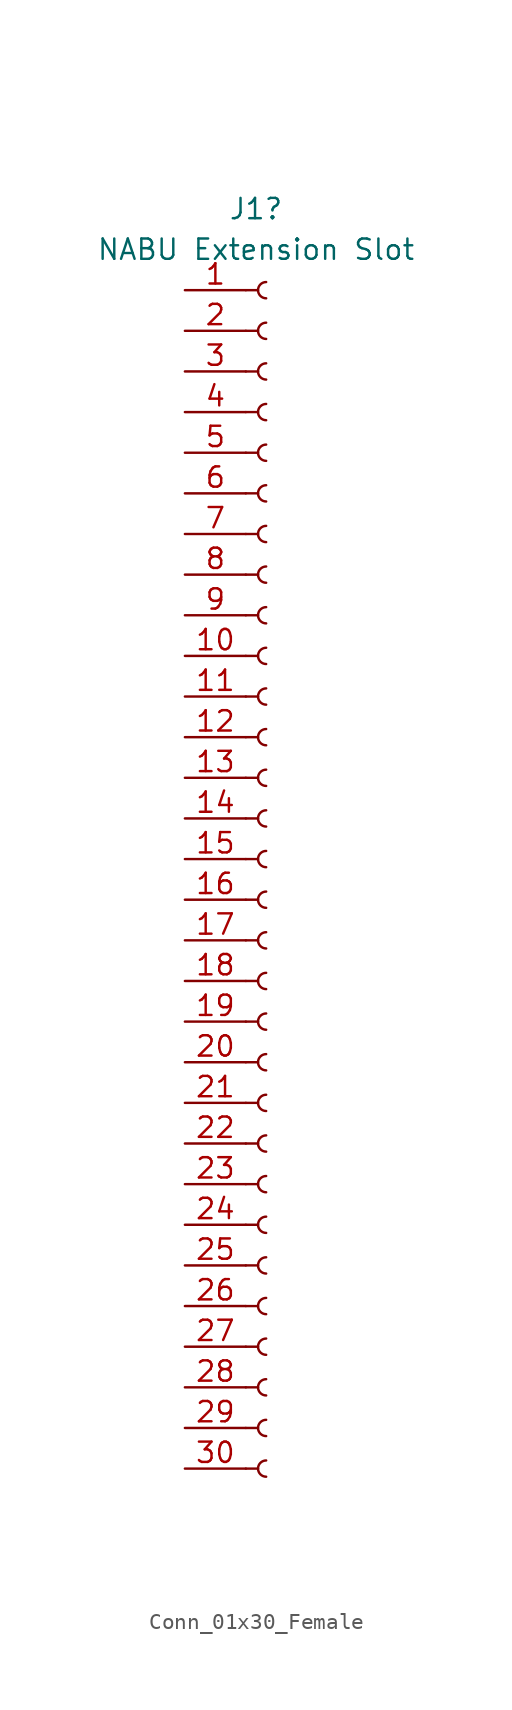
<source format=kicad_sym>
(kicad_symbol_lib
  (version 20211014)
  (generator kicad_symbol_editor)
  (symbol "Conn_01x30_Female"
    (pin_names
      (offset 1.016) hide)
    (property "Reference" "J1"
      (at -0.635 40.64 0)
      (effects (font (size 1.27 1.27))))
    (property "Value" "NABU Extension Slot"
      (at -0.635 38.1 0)
      (effects (font (size 1.27 1.27))))
    (symbol "Conn_01x30_Female_1_1"
      (arc (start 0 -37.592) (mid -0.508 -38.1) (end 0 -38.608) (stroke (width 0.1524) (type default) (color 0 0 0 0)) (fill (type none)))
      (arc (start 0 -35.052) (mid -0.508 -35.56) (end 0 -36.068) (stroke (width 0.1524) (type default) (color 0 0 0 0)) (fill (type none)))
      (arc (start 0 -32.512) (mid -0.508 -33.02) (end 0 -33.528) (stroke (width 0.1524) (type default) (color 0 0 0 0)) (fill (type none)))
      (arc (start 0 -29.972) (mid -0.508 -30.48) (end 0 -30.988) (stroke (width 0.1524) (type default) (color 0 0 0 0)) (fill (type none)))
      (arc (start 0 -27.432) (mid -0.508 -27.94) (end 0 -28.448) (stroke (width 0.1524) (type default) (color 0 0 0 0)) (fill (type none)))
      (arc (start 0 -24.892) (mid -0.508 -25.4) (end 0 -25.908) (stroke (width 0.1524) (type default) (color 0 0 0 0)) (fill (type none)))
      (arc (start 0 -22.352) (mid -0.508 -22.86) (end 0 -23.368) (stroke (width 0.1524) (type default) (color 0 0 0 0)) (fill (type none)))
      (arc (start 0 -19.812) (mid -0.508 -20.32) (end 0 -20.828) (stroke (width 0.1524) (type default) (color 0 0 0 0)) (fill (type none)))
      (arc (start 0 -17.272) (mid -0.508 -17.78) (end 0 -18.288) (stroke (width 0.1524) (type default) (color 0 0 0 0)) (fill (type none)))
      (arc (start 0 -14.732) (mid -0.508 -15.24) (end 0 -15.748) (stroke (width 0.1524) (type default) (color 0 0 0 0)) (fill (type none)))
      (arc (start 0 -12.192) (mid -0.508 -12.7) (end 0 -13.208) (stroke (width 0.1524) (type default) (color 0 0 0 0)) (fill (type none)))
      (arc (start 0 -9.652) (mid -0.508 -10.16) (end 0 -10.668) (stroke (width 0.1524) (type default) (color 0 0 0 0)) (fill (type none)))
      (arc (start 0 -7.112) (mid -0.508 -7.62) (end 0 -8.128) (stroke (width 0.1524) (type default) (color 0 0 0 0)) (fill (type none)))
      (arc (start 0 -4.572) (mid -0.508 -5.08) (end 0 -5.588) (stroke (width 0.1524) (type default) (color 0 0 0 0)) (fill (type none)))
      (arc (start 0 -2.032) (mid -0.508 -2.54) (end 0 -3.048) (stroke (width 0.1524) (type default) (color 0 0 0 0)) (fill (type none)))
      (polyline (pts (xy -1.27 -38.1) (xy -0.508 -38.1)) (stroke (width 0.152) (type default) (color 0 0 0 0)) (fill (type none)))
      (polyline (pts (xy -1.27 -35.56) (xy -0.508 -35.56)) (stroke (width 0.152) (type default) (color 0 0 0 0)) (fill (type none)))
      (polyline (pts (xy -1.27 -33.02) (xy -0.508 -33.02)) (stroke (width 0.152) (type default) (color 0 0 0 0)) (fill (type none)))
      (polyline (pts (xy -1.27 -30.48) (xy -0.508 -30.48)) (stroke (width 0.152) (type default) (color 0 0 0 0)) (fill (type none)))
      (polyline (pts (xy -1.27 -27.94) (xy -0.508 -27.94)) (stroke (width 0.152) (type default) (color 0 0 0 0)) (fill (type none)))
      (polyline (pts (xy -1.27 -25.4) (xy -0.508 -25.4)) (stroke (width 0.152) (type default) (color 0 0 0 0)) (fill (type none)))
      (polyline (pts (xy -1.27 -22.86) (xy -0.508 -22.86)) (stroke (width 0.152) (type default) (color 0 0 0 0)) (fill (type none)))
      (polyline (pts (xy -1.27 -20.32) (xy -0.508 -20.32)) (stroke (width 0.152) (type default) (color 0 0 0 0)) (fill (type none)))
      (polyline (pts (xy -1.27 -17.78) (xy -0.508 -17.78)) (stroke (width 0.152) (type default) (color 0 0 0 0)) (fill (type none)))
      (polyline (pts (xy -1.27 -15.24) (xy -0.508 -15.24)) (stroke (width 0.152) (type default) (color 0 0 0 0)) (fill (type none)))
      (polyline (pts (xy -1.27 -12.7) (xy -0.508 -12.7)) (stroke (width 0.152) (type default) (color 0 0 0 0)) (fill (type none)))
      (polyline (pts (xy -1.27 -10.16) (xy -0.508 -10.16)) (stroke (width 0.152) (type default) (color 0 0 0 0)) (fill (type none)))
      (polyline (pts (xy -1.27 -7.62) (xy -0.508 -7.62)) (stroke (width 0.152) (type default) (color 0 0 0 0)) (fill (type none)))
      (polyline (pts (xy -1.27 -5.08) (xy -0.508 -5.08)) (stroke (width 0.152) (type default) (color 0 0 0 0)) (fill (type none)))
      (polyline (pts (xy -1.27 -2.54) (xy -0.508 -2.54)) (stroke (width 0.152) (type default) (color 0 0 0 0)) (fill (type none)))
      (polyline (pts (xy -1.27 0) (xy -0.508 0)) (stroke (width 0.152) (type default) (color 0 0 0 0)) (fill (type none)))
      (polyline (pts (xy -1.27 2.54) (xy -0.508 2.54)) (stroke (width 0.152) (type default) (color 0 0 0 0)) (fill (type none)))
      (polyline (pts (xy -1.27 5.08) (xy -0.508 5.08)) (stroke (width 0.152) (type default) (color 0 0 0 0)) (fill (type none)))
      (polyline (pts (xy -1.27 7.62) (xy -0.508 7.62)) (stroke (width 0.152) (type default) (color 0 0 0 0)) (fill (type none)))
      (polyline (pts (xy -1.27 10.16) (xy -0.508 10.16)) (stroke (width 0.152) (type default) (color 0 0 0 0)) (fill (type none)))
      (polyline (pts (xy -1.27 12.7) (xy -0.508 12.7)) (stroke (width 0.152) (type default) (color 0 0 0 0)) (fill (type none)))
      (polyline (pts (xy -1.27 15.24) (xy -0.508 15.24)) (stroke (width 0.152) (type default) (color 0 0 0 0)) (fill (type none)))
      (polyline (pts (xy -1.27 17.78) (xy -0.508 17.78)) (stroke (width 0.152) (type default) (color 0 0 0 0)) (fill (type none)))
      (polyline (pts (xy -1.27 20.32) (xy -0.508 20.32)) (stroke (width 0.152) (type default) (color 0 0 0 0)) (fill (type none)))
      (polyline (pts (xy -1.27 22.86) (xy -0.508 22.86)) (stroke (width 0.152) (type default) (color 0 0 0 0)) (fill (type none)))
      (polyline (pts (xy -1.27 25.4) (xy -0.508 25.4)) (stroke (width 0.152) (type default) (color 0 0 0 0)) (fill (type none)))
      (polyline (pts (xy -1.27 27.94) (xy -0.508 27.94)) (stroke (width 0.152) (type default) (color 0 0 0 0)) (fill (type none)))
      (polyline (pts (xy -1.27 30.48) (xy -0.508 30.48)) (stroke (width 0.152) (type default) (color 0 0 0 0)) (fill (type none)))
      (polyline (pts (xy -1.27 33.02) (xy -0.508 33.02)) (stroke (width 0.152) (type default) (color 0 0 0 0)) (fill (type none)))
      (polyline (pts (xy -1.27 35.56) (xy -0.508 35.56)) (stroke (width 0.152) (type default) (color 0 0 0 0)) (fill (type none)))
      (arc (start 0 0.508) (mid -0.508 0) (end 0 -0.508) (stroke (width 0.1524) (type default) (color 0 0 0 0)) (fill (type none)))
      (arc (start 0 3.048) (mid -0.508 2.54) (end 0 2.032) (stroke (width 0.1524) (type default) (color 0 0 0 0)) (fill (type none)))
      (arc (start 0 5.588) (mid -0.508 5.08) (end 0 4.572) (stroke (width 0.1524) (type default) (color 0 0 0 0)) (fill (type none)))
      (arc (start 0 8.128) (mid -0.508 7.62) (end 0 7.112) (stroke (width 0.1524) (type default) (color 0 0 0 0)) (fill (type none)))
      (arc (start 0 10.668) (mid -0.508 10.16) (end 0 9.652) (stroke (width 0.1524) (type default) (color 0 0 0 0)) (fill (type none)))
      (arc (start 0 13.208) (mid -0.508 12.7) (end 0 12.192) (stroke (width 0.1524) (type default) (color 0 0 0 0)) (fill (type none)))
      (arc (start 0 15.748) (mid -0.508 15.24) (end 0 14.732) (stroke (width 0.1524) (type default) (color 0 0 0 0)) (fill (type none)))
      (arc (start 0 18.288) (mid -0.508 17.78) (end 0 17.272) (stroke (width 0.1524) (type default) (color 0 0 0 0)) (fill (type none)))
      (arc (start 0 20.828) (mid -0.508 20.32) (end 0 19.812) (stroke (width 0.1524) (type default) (color 0 0 0 0)) (fill (type none)))
      (arc (start 0 23.368) (mid -0.508 22.86) (end 0 22.352) (stroke (width 0.1524) (type default) (color 0 0 0 0)) (fill (type none)))
      (arc (start 0 25.908) (mid -0.508 25.4) (end 0 24.892) (stroke (width 0.1524) (type default) (color 0 0 0 0)) (fill (type none)))
      (arc (start 0 28.448) (mid -0.508 27.94) (end 0 27.432) (stroke (width 0.1524) (type default) (color 0 0 0 0)) (fill (type none)))
      (arc (start 0 30.988) (mid -0.508 30.48) (end 0 29.972) (stroke (width 0.1524) (type default) (color 0 0 0 0)) (fill (type none)))
      (arc (start 0 33.528) (mid -0.508 33.02) (end 0 32.512) (stroke (width 0.1524) (type default) (color 0 0 0 0)) (fill (type none)))
      (arc (start 0 36.068) (mid -0.508 35.56) (end 0 35.052) (stroke (width 0.1524) (type default) (color 0 0 0 0)) (fill (type none)))
      (pin input line (at -5.08 35.56 0) (length 3.81) (name "~{INT}" (effects (font (size 1.27 1.27)))) (number "1" (effects (font (size 1.27 1.27)))))
      (pin output line (at -5.08 12.7 0) (length 3.81) (name "1.79" (effects (font (size 1.27 1.27)))) (number "10" (effects (font (size 1.27 1.27)))))
      (pin output line (at -5.08 10.16 0) (length 3.81) (name "~{WR}" (effects (font (size 1.27 1.27)))) (number "11" (effects (font (size 1.27 1.27)))))
      (pin output line (at -5.08 7.62 0) (length 3.81) (name "~{RD}" (effects (font (size 1.27 1.27)))) (number "12" (effects (font (size 1.27 1.27)))))
      (pin output line (at -5.08 5.08 0) (length 3.81) (name "~{IORQ}" (effects (font (size 1.27 1.27)))) (number "13" (effects (font (size 1.27 1.27)))))
      (pin input line (at -5.08 2.54 0) (length 3.81) (name "~{WAIT}" (effects (font (size 1.27 1.27)))) (number "14" (effects (font (size 1.27 1.27)))))
      (pin output line (at -5.08 0 0) (length 3.81) (name "~{RESET}" (effects (font (size 1.27 1.27)))) (number "15" (effects (font (size 1.27 1.27)))))
      (pin bidirectional line (at -5.08 -2.54 0) (length 3.81) (name "D0" (effects (font (size 1.27 1.27)))) (number "16" (effects (font (size 1.27 1.27)))))
      (pin bidirectional line (at -5.08 -5.08 0) (length 3.81) (name "D1" (effects (font (size 1.27 1.27)))) (number "17" (effects (font (size 1.27 1.27)))))
      (pin bidirectional line (at -5.08 -7.62 0) (length 3.81) (name "D2" (effects (font (size 1.27 1.27)))) (number "18" (effects (font (size 1.27 1.27)))))
      (pin bidirectional line (at -5.08 -10.16 0) (length 3.81) (name "D3" (effects (font (size 1.27 1.27)))) (number "19" (effects (font (size 1.27 1.27)))))
      (pin output line (at -5.08 33.02 0) (length 3.81) (name "~{M1}" (effects (font (size 1.27 1.27)))) (number "2" (effects (font (size 1.27 1.27)))))
      (pin bidirectional line (at -5.08 -12.7 0) (length 3.81) (name "D4" (effects (font (size 1.27 1.27)))) (number "20" (effects (font (size 1.27 1.27)))))
      (pin bidirectional line (at -5.08 -15.24 0) (length 3.81) (name "D5" (effects (font (size 1.27 1.27)))) (number "21" (effects (font (size 1.27 1.27)))))
      (pin bidirectional line (at -5.08 -17.78 0) (length 3.81) (name "D6" (effects (font (size 1.27 1.27)))) (number "22" (effects (font (size 1.27 1.27)))))
      (pin bidirectional line (at -5.08 -20.32 0) (length 3.81) (name "D7" (effects (font (size 1.27 1.27)))) (number "23" (effects (font (size 1.27 1.27)))))
      (pin power_out line (at -5.08 -22.86 0) (length 3.81) (name "+5V" (effects (font (size 1.27 1.27)))) (number "24" (effects (font (size 1.27 1.27)))))
      (pin power_out line (at -5.08 -25.4 0) (length 3.81) (name "+5V" (effects (font (size 1.27 1.27)))) (number "25" (effects (font (size 1.27 1.27)))))
      (pin power_out line (at -5.08 -27.94 0) (length 3.81) (name "GND" (effects (font (size 1.27 1.27)))) (number "26" (effects (font (size 1.27 1.27)))))
      (pin power_out line (at -5.08 -30.48 0) (length 3.81) (name "GND" (effects (font (size 1.27 1.27)))) (number "27" (effects (font (size 1.27 1.27)))))
      (pin power_out line (at -5.08 -33.02 0) (length 3.81) (name "GND" (effects (font (size 1.27 1.27)))) (number "28" (effects (font (size 1.27 1.27)))))
      (pin power_out line (at -5.08 -35.56 0) (length 3.81) (name "+12V" (effects (font (size 1.27 1.27)))) (number "29" (effects (font (size 1.27 1.27)))))
      (pin output line (at -5.08 30.48 0) (length 3.81) (name "3.58" (effects (font (size 1.27 1.27)))) (number "3" (effects (font (size 1.27 1.27)))))
      (pin power_out line (at -5.08 -38.1 0) (length 3.81) (name "-12V" (effects (font (size 1.27 1.27)))) (number "30" (effects (font (size 1.27 1.27)))))
      (pin input line (at -5.08 27.94 0) (length 3.81) (name "AUDIO" (effects (font (size 1.27 1.27)))) (number "4" (effects (font (size 1.27 1.27)))))
      (pin output line (at -5.08 25.4 0) (length 3.81) (name "~{CS}" (effects (font (size 1.27 1.27)))) (number "5" (effects (font (size 1.27 1.27)))))
      (pin output line (at -5.08 22.86 0) (length 3.81) (name "A0" (effects (font (size 1.27 1.27)))) (number "6" (effects (font (size 1.27 1.27)))))
      (pin output line (at -5.08 20.32 0) (length 3.81) (name "A1" (effects (font (size 1.27 1.27)))) (number "7" (effects (font (size 1.27 1.27)))))
      (pin output line (at -5.08 17.78 0) (length 3.81) (name "A2" (effects (font (size 1.27 1.27)))) (number "8" (effects (font (size 1.27 1.27)))))
      (pin output line (at -5.08 15.24 0) (length 3.81) (name "A3" (effects (font (size 1.27 1.27)))) (number "9" (effects (font (size 1.27 1.27))))))))
</source>
